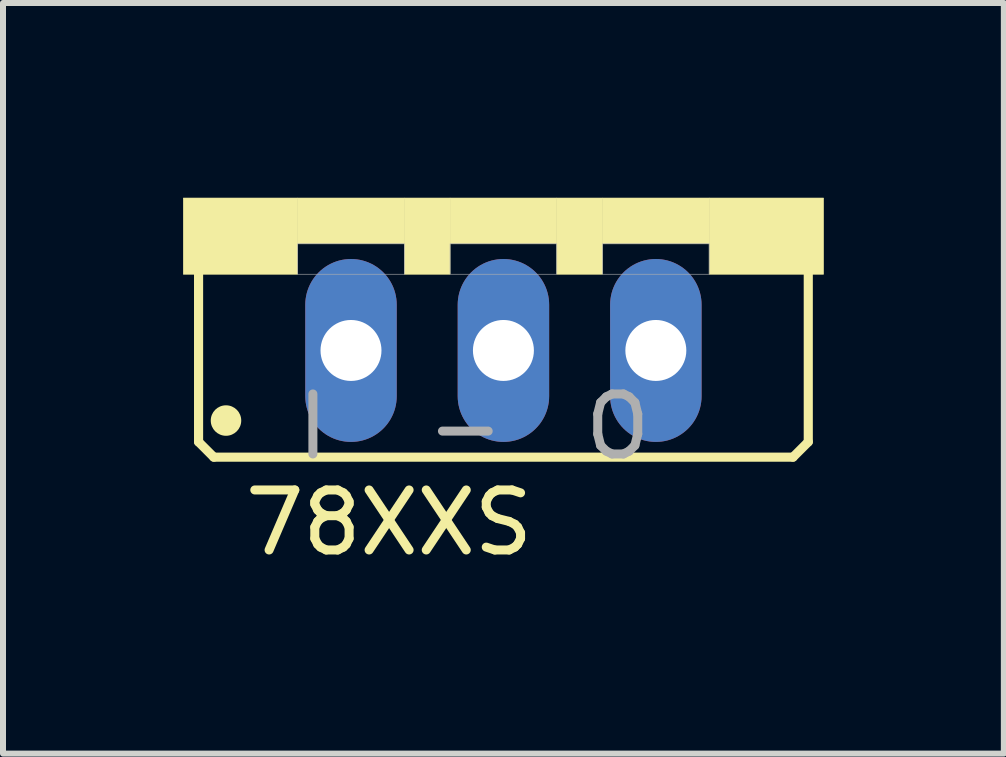
<source format=kicad_pcb>
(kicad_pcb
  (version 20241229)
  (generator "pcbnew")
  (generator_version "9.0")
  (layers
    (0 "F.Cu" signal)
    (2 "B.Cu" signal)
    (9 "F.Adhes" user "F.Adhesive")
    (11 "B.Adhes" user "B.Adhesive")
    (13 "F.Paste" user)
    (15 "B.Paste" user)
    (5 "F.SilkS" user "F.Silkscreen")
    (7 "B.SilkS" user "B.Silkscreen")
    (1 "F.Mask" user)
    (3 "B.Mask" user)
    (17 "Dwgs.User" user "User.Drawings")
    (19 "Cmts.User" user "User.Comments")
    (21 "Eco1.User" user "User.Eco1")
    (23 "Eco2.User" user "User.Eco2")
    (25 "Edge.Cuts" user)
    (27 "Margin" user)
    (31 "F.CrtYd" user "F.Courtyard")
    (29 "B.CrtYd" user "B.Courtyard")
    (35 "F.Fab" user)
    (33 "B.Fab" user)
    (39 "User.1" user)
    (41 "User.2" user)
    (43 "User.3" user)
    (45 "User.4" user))
  (footprint "78XXS"
    (layer "F.Cu")
    (at 5.339 0.25)
    (property "Reference" "78XXS" (at -1.905 5.41 0) (layer "F.SilkS") (effects (font (size 1 1) (thickness 0.15))))
    (attr through_hole)
    (fp_line (start -5.08 4.064) (end -5.08 1.143) (stroke (width 0.152) (type solid)) (layer "F.SilkS"))
    (fp_line (start -5.08 4.064) (end -4.826 4.318) (stroke (width 0.152) (type solid)) (layer "F.SilkS"))
    (fp_line (start 4.826 4.318) (end -4.826 4.318) (stroke (width 0.152) (type solid)) (layer "F.SilkS"))
    (fp_line (start 4.826 4.318) (end 5.08 4.064) (stroke (width 0.152) (type solid)) (layer "F.SilkS"))
    (fp_line (start 5.08 1.143) (end 5.08 4.064) (stroke (width 0.152) (type solid)) (layer "F.SilkS"))
    (fp_circle (center -4.623 3.708) (end -4.369 3.708) (stroke (width 0) (type solid)) (fill yes) (layer "F.SilkS"))
    (fp_poly (pts (xy -5.334 0) (xy -3.429 0) (xy -3.429 1.27) (xy -5.334 1.27)) (stroke (width 0.01) (type solid)) (fill yes) (layer "F.SilkS"))
    (fp_poly (pts (xy -3.429 0) (xy -1.651 0) (xy -1.651 0.762) (xy -3.429 0.762)) (stroke (width 0.01) (type solid)) (fill yes) (layer "F.SilkS"))
    (fp_poly (pts (xy -1.651 0) (xy -0.889 0) (xy -0.889 1.27) (xy -1.651 1.27)) (stroke (width 0.01) (type solid)) (fill yes) (layer "F.SilkS"))
    (fp_poly (pts (xy -0.889 0) (xy 0.889 0) (xy 0.889 0.762) (xy -0.889 0.762)) (stroke (width 0.01) (type solid)) (fill yes) (layer "F.SilkS"))
    (fp_poly (pts (xy 0.889 0) (xy 1.651 0) (xy 1.651 1.27) (xy 0.889 1.27)) (stroke (width 0.01) (type solid)) (fill yes) (layer "F.SilkS"))
    (fp_poly (pts (xy 1.651 0) (xy 3.429 0) (xy 3.429 0.762) (xy 1.651 0.762)) (stroke (width 0.01) (type solid)) (fill yes) (layer "F.SilkS"))
    (fp_poly (pts (xy 3.429 0) (xy 5.334 0) (xy 5.334 1.27) (xy 3.429 1.27)) (stroke (width 0.01) (type solid)) (fill yes) (layer "F.SilkS"))
    (fp_poly (pts (xy -3.429 0.762) (xy -1.651 0.762) (xy -1.651 1.27) (xy -3.429 1.27)) (stroke (width 0.01) (type solid)) (fill no) (layer "F.Fab"))
    (fp_poly (pts (xy -0.889 0.762) (xy 0.889 0.762) (xy 0.889 1.27) (xy -0.889 1.27)) (stroke (width 0.01) (type solid)) (fill no) (layer "F.Fab"))
    (fp_poly (pts (xy 1.651 0.762) (xy 3.429 0.762) (xy 3.429 1.27) (xy 1.651 1.27)) (stroke (width 0.01) (type solid)) (fill no) (layer "F.Fab"))
    (fp_text user "I" (at -3.175 3.81 0) (layer "F.Fab") (effects (font (size 1 1) (thickness 0.15))))
    (fp_text user "O" (at 1.905 3.81 0) (layer "F.Fab") (effects (font (size 1 1) (thickness 0.15))))
    (fp_text user "-" (at -0.635 3.81 0) (layer "F.Fab") (effects (font (size 1 1) (thickness 0.15))))
    (pad "ADJ" thru_hole oval (at -2.54 2.54) (size 1.524 3.048) (drill 1.016) (layers "*.Cu" "*.Mask"))
    (pad "IN" thru_hole oval (at 2.54 2.54) (size 1.524 3.048) (drill 1.016) (layers "*.Cu" "*.Mask"))
    (pad "OUT" thru_hole oval (at 0 2.54) (size 1.524 3.048) (drill 1.016) (layers "*.Cu" "*.Mask")))
  (gr_rect
    (start -3 -3)
    (end 13.678 9.508)
    (stroke (width 0.1) (type default))
    (fill no)
    (layer "Edge.Cuts")))
</source>
